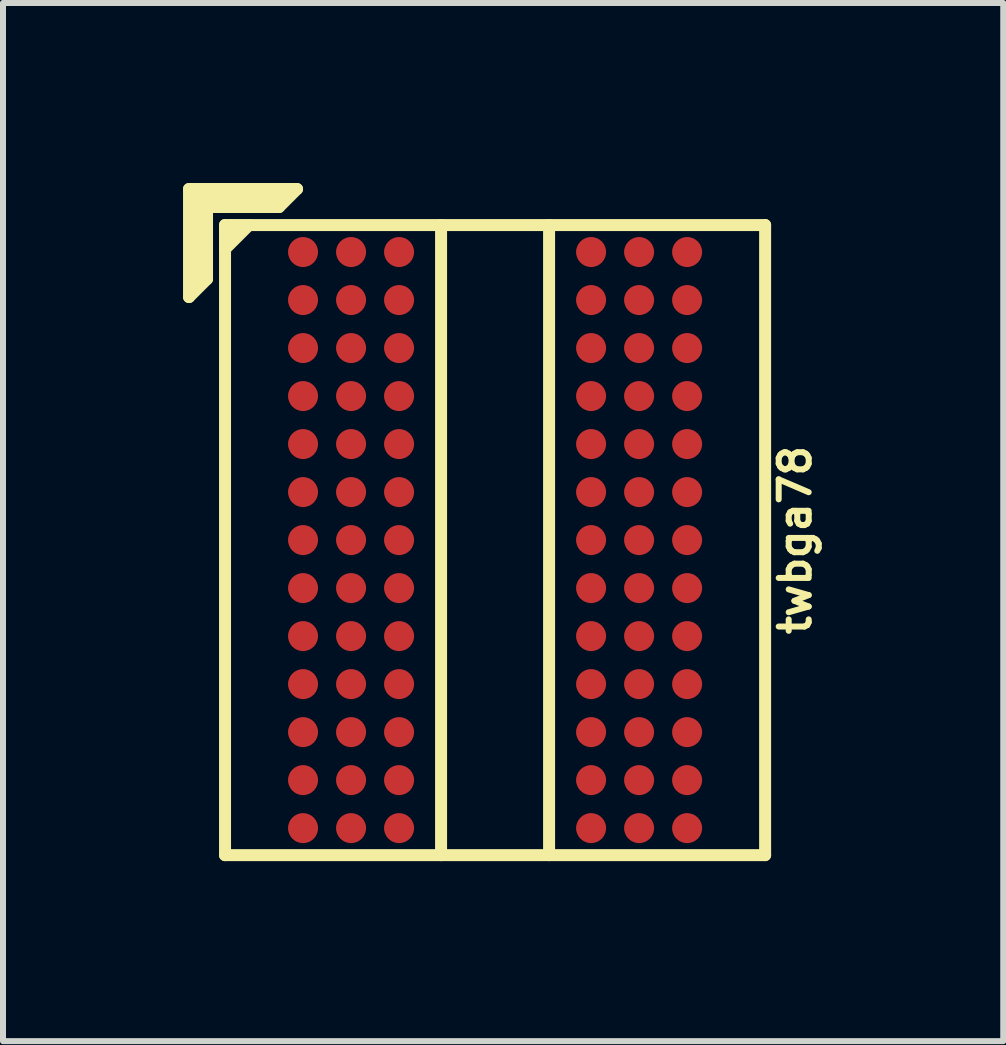
<source format=kicad_pcb>
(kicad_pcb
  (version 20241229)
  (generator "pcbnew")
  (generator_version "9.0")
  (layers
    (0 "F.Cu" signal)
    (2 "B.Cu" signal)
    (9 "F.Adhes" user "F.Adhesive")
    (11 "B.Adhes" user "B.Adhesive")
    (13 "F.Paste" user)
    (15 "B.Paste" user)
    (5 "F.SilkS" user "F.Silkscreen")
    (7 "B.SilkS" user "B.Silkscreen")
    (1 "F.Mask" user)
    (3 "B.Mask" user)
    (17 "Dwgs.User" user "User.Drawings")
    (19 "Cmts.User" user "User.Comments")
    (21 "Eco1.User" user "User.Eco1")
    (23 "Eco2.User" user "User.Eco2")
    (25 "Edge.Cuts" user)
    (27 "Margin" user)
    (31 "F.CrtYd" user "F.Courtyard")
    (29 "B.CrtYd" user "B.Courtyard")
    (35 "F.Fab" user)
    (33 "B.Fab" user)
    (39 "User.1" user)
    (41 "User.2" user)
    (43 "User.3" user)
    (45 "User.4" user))
  (footprint "twbga78"
    (layer "F.Cu")
    (at 5.2 5.95)
    (property "Reference" "twbga78" (at 5 0 90) (layer "F.SilkS") (effects (font (size 0.5 0.5) (thickness 0.1))))
    (attr through_hole)
    (fp_line (start -5.1 -5.85) (end -3.3 -5.85) (stroke (width 0.2) (type solid)) (layer "F.SilkS"))
    (fp_line (start -5.1 -4.05) (end -5.1 -5.85) (stroke (width 0.2) (type solid)) (layer "F.SilkS"))
    (fp_line (start -5 -5.75) (end -3.5 -5.75) (stroke (width 0.2) (type solid)) (layer "F.SilkS"))
    (fp_line (start -5 -4.25) (end -5 -5.75) (stroke (width 0.2) (type solid)) (layer "F.SilkS"))
    (fp_line (start -4.9 -5.65) (end -4.9 -4.35) (stroke (width 0.2) (type solid)) (layer "F.SilkS"))
    (fp_line (start -4.8 -5.55) (end -3.6 -5.55) (stroke (width 0.2) (type solid)) (layer "F.SilkS"))
    (fp_line (start -4.8 -4.35) (end -5.1 -4.05) (stroke (width 0.2) (type solid)) (layer "F.SilkS"))
    (fp_line (start -4.8 -4.35) (end -4.8 -5.55) (stroke (width 0.2) (type solid)) (layer "F.SilkS"))
    (fp_line (start -4.5 -5.25) (end 4.5 -5.25) (stroke (width 0.2) (type solid)) (layer "F.SilkS"))
    (fp_line (start -4.5 -5.15) (end -4.4 -5.25) (stroke (width 0.2) (type solid)) (layer "F.SilkS"))
    (fp_line (start -4.5 -4.85) (end -4.1 -5.25) (stroke (width 0.2) (type solid)) (layer "F.SilkS"))
    (fp_line (start -4.5 5.25) (end -4.5 -5.25) (stroke (width 0.2) (type solid)) (layer "F.SilkS"))
    (fp_line (start -4.3 -5.25) (end -4.5 -5.05) (stroke (width 0.2) (type solid)) (layer "F.SilkS"))
    (fp_line (start -4.2 -5.25) (end -4.5 -4.95) (stroke (width 0.2) (type solid)) (layer "F.SilkS"))
    (fp_line (start -3.6 -5.65) (end -4.9 -5.65) (stroke (width 0.2) (type solid)) (layer "F.SilkS"))
    (fp_line (start -3.3 -5.85) (end -3.6 -5.55) (stroke (width 0.2) (type solid)) (layer "F.SilkS"))
    (fp_line (start -0.9 -5.25) (end -0.9 5.25) (stroke (width 0.2) (type solid)) (layer "F.SilkS"))
    (fp_line (start 0.9 5.25) (end 0.9 -5.25) (stroke (width 0.2) (type solid)) (layer "F.SilkS"))
    (fp_line (start 4.5 -5.25) (end 4.5 5.25) (stroke (width 0.2) (type solid)) (layer "F.SilkS"))
    (fp_line (start 4.5 5.25) (end -4.5 5.25) (stroke (width 0.2) (type solid)) (layer "F.SilkS"))
    (pad "A1" smd circle (at -3.2 -4.8) (size 0.5 0.5) (layers "F.Cu" "F.Mask" "F.Paste"))
    (pad "A2" smd circle (at -2.4 -4.8) (size 0.5 0.5) (layers "F.Cu" "F.Mask" "F.Paste"))
    (pad "A3" smd circle (at -1.6 -4.8) (size 0.5 0.5) (layers "F.Cu" "F.Mask" "F.Paste"))
    (pad "A7" smd circle (at 1.6 -4.8) (size 0.5 0.5) (layers "F.Cu" "F.Mask" "F.Paste"))
    (pad "A8" smd circle (at 2.4 -4.8) (size 0.5 0.5) (layers "F.Cu" "F.Mask" "F.Paste"))
    (pad "A9" smd circle (at 3.2 -4.8) (size 0.5 0.5) (layers "F.Cu" "F.Mask" "F.Paste"))
    (pad "B1" smd circle (at -3.2 -4) (size 0.5 0.5) (layers "F.Cu" "F.Mask" "F.Paste"))
    (pad "B2" smd circle (at -2.4 -4) (size 0.5 0.5) (layers "F.Cu" "F.Mask" "F.Paste"))
    (pad "B3" smd circle (at -1.6 -4) (size 0.5 0.5) (layers "F.Cu" "F.Mask" "F.Paste"))
    (pad "B7" smd circle (at 1.6 -4) (size 0.5 0.5) (layers "F.Cu" "F.Mask" "F.Paste"))
    (pad "B8" smd circle (at 2.4 -4) (size 0.5 0.5) (layers "F.Cu" "F.Mask" "F.Paste"))
    (pad "B9" smd circle (at 3.2 -4) (size 0.5 0.5) (layers "F.Cu" "F.Mask" "F.Paste"))
    (pad "C1" smd circle (at -3.2 -3.2) (size 0.5 0.5) (layers "F.Cu" "F.Mask" "F.Paste"))
    (pad "C2" smd circle (at -2.4 -3.2) (size 0.5 0.5) (layers "F.Cu" "F.Mask" "F.Paste"))
    (pad "C3" smd circle (at -1.6 -3.2) (size 0.5 0.5) (layers "F.Cu" "F.Mask" "F.Paste"))
    (pad "C7" smd circle (at 1.6 -3.2) (size 0.5 0.5) (layers "F.Cu" "F.Mask" "F.Paste"))
    (pad "C8" smd circle (at 2.4 -3.2) (size 0.5 0.5) (layers "F.Cu" "F.Mask" "F.Paste"))
    (pad "C9" smd circle (at 3.2 -3.2) (size 0.5 0.5) (layers "F.Cu" "F.Mask" "F.Paste"))
    (pad "D1" smd circle (at -3.2 -2.4) (size 0.5 0.5) (layers "F.Cu" "F.Mask" "F.Paste"))
    (pad "D2" smd circle (at -2.4 -2.4) (size 0.5 0.5) (layers "F.Cu" "F.Mask" "F.Paste"))
    (pad "D3" smd circle (at -1.6 -2.4) (size 0.5 0.5) (layers "F.Cu" "F.Mask" "F.Paste"))
    (pad "D7" smd circle (at 1.6 -2.4) (size 0.5 0.5) (layers "F.Cu" "F.Mask" "F.Paste"))
    (pad "D8" smd circle (at 2.4 -2.4) (size 0.5 0.5) (layers "F.Cu" "F.Mask" "F.Paste"))
    (pad "D9" smd circle (at 3.2 -2.4) (size 0.5 0.5) (layers "F.Cu" "F.Mask" "F.Paste"))
    (pad "E1" smd circle (at -3.2 -1.6) (size 0.5 0.5) (layers "F.Cu" "F.Mask" "F.Paste"))
    (pad "E2" smd circle (at -2.4 -1.6) (size 0.5 0.5) (layers "F.Cu" "F.Mask" "F.Paste"))
    (pad "E3" smd circle (at -1.6 -1.6) (size 0.5 0.5) (layers "F.Cu" "F.Mask" "F.Paste"))
    (pad "E7" smd circle (at 1.6 -1.6) (size 0.5 0.5) (layers "F.Cu" "F.Mask" "F.Paste"))
    (pad "E8" smd circle (at 2.4 -1.6) (size 0.5 0.5) (layers "F.Cu" "F.Mask" "F.Paste"))
    (pad "E9" smd circle (at 3.2 -1.6) (size 0.5 0.5) (layers "F.Cu" "F.Mask" "F.Paste"))
    (pad "F1" smd circle (at -3.2 -0.8) (size 0.5 0.5) (layers "F.Cu" "F.Mask" "F.Paste"))
    (pad "F2" smd circle (at -2.4 -0.8) (size 0.5 0.5) (layers "F.Cu" "F.Mask" "F.Paste"))
    (pad "F3" smd circle (at -1.6 -0.8) (size 0.5 0.5) (layers "F.Cu" "F.Mask" "F.Paste"))
    (pad "F7" smd circle (at 1.6 -0.8) (size 0.5 0.5) (layers "F.Cu" "F.Mask" "F.Paste"))
    (pad "F8" smd circle (at 2.4 -0.8) (size 0.5 0.5) (layers "F.Cu" "F.Mask" "F.Paste"))
    (pad "F9" smd circle (at 3.2 -0.8) (size 0.5 0.5) (layers "F.Cu" "F.Mask" "F.Paste"))
    (pad "G1" smd circle (at -3.2 0) (size 0.5 0.5) (layers "F.Cu" "F.Mask" "F.Paste"))
    (pad "G2" smd circle (at -2.4 0) (size 0.5 0.5) (layers "F.Cu" "F.Mask" "F.Paste"))
    (pad "G3" smd circle (at -1.6 0) (size 0.5 0.5) (layers "F.Cu" "F.Mask" "F.Paste"))
    (pad "G7" smd circle (at 1.6 0) (size 0.5 0.5) (layers "F.Cu" "F.Mask" "F.Paste"))
    (pad "G8" smd circle (at 2.4 0) (size 0.5 0.5) (layers "F.Cu" "F.Mask" "F.Paste"))
    (pad "G9" smd circle (at 3.2 0) (size 0.5 0.5) (layers "F.Cu" "F.Mask" "F.Paste"))
    (pad "H1" smd circle (at -3.2 0.8) (size 0.5 0.5) (layers "F.Cu" "F.Mask" "F.Paste"))
    (pad "H2" smd circle (at -2.4 0.8) (size 0.5 0.5) (layers "F.Cu" "F.Mask" "F.Paste"))
    (pad "H3" smd circle (at -1.6 0.8) (size 0.5 0.5) (layers "F.Cu" "F.Mask" "F.Paste"))
    (pad "H7" smd circle (at 1.6 0.8) (size 0.5 0.5) (layers "F.Cu" "F.Mask" "F.Paste"))
    (pad "H8" smd circle (at 2.4 0.8) (size 0.5 0.5) (layers "F.Cu" "F.Mask" "F.Paste"))
    (pad "H9" smd circle (at 3.2 0.8) (size 0.5 0.5) (layers "F.Cu" "F.Mask" "F.Paste"))
    (pad "J1" smd circle (at -3.2 1.6) (size 0.5 0.5) (layers "F.Cu" "F.Mask" "F.Paste"))
    (pad "J2" smd circle (at -2.4 1.6) (size 0.5 0.5) (layers "F.Cu" "F.Mask" "F.Paste"))
    (pad "J3" smd circle (at -1.6 1.6) (size 0.5 0.5) (layers "F.Cu" "F.Mask" "F.Paste"))
    (pad "J7" smd circle (at 1.6 1.6) (size 0.5 0.5) (layers "F.Cu" "F.Mask" "F.Paste"))
    (pad "J8" smd circle (at 2.4 1.6) (size 0.5 0.5) (layers "F.Cu" "F.Mask" "F.Paste"))
    (pad "J9" smd circle (at 3.2 1.6) (size 0.5 0.5) (layers "F.Cu" "F.Mask" "F.Paste"))
    (pad "K1" smd circle (at -3.2 2.4) (size 0.5 0.5) (layers "F.Cu" "F.Mask" "F.Paste"))
    (pad "K2" smd circle (at -2.4 2.4) (size 0.5 0.5) (layers "F.Cu" "F.Mask" "F.Paste"))
    (pad "K3" smd circle (at -1.6 2.4) (size 0.5 0.5) (layers "F.Cu" "F.Mask" "F.Paste"))
    (pad "K7" smd circle (at 1.6 2.4) (size 0.5 0.5) (layers "F.Cu" "F.Mask" "F.Paste"))
    (pad "K8" smd circle (at 2.4 2.4) (size 0.5 0.5) (layers "F.Cu" "F.Mask" "F.Paste"))
    (pad "K9" smd circle (at 3.2 2.4) (size 0.5 0.5) (layers "F.Cu" "F.Mask" "F.Paste"))
    (pad "L1" smd circle (at -3.2 3.2) (size 0.5 0.5) (layers "F.Cu" "F.Mask" "F.Paste"))
    (pad "L2" smd circle (at -2.4 3.2) (size 0.5 0.5) (layers "F.Cu" "F.Mask" "F.Paste"))
    (pad "L3" smd circle (at -1.6 3.2) (size 0.5 0.5) (layers "F.Cu" "F.Mask" "F.Paste"))
    (pad "L7" smd circle (at 1.6 3.2) (size 0.5 0.5) (layers "F.Cu" "F.Mask" "F.Paste"))
    (pad "L8" smd circle (at 2.4 3.2) (size 0.5 0.5) (layers "F.Cu" "F.Mask" "F.Paste"))
    (pad "L9" smd circle (at 3.2 3.2) (size 0.5 0.5) (layers "F.Cu" "F.Mask" "F.Paste"))
    (pad "M1" smd circle (at -3.2 4) (size 0.5 0.5) (layers "F.Cu" "F.Mask" "F.Paste"))
    (pad "M2" smd circle (at -2.4 4) (size 0.5 0.5) (layers "F.Cu" "F.Mask" "F.Paste"))
    (pad "M3" smd circle (at -1.6 4) (size 0.5 0.5) (layers "F.Cu" "F.Mask" "F.Paste"))
    (pad "M7" smd circle (at 1.6 4) (size 0.5 0.5) (layers "F.Cu" "F.Mask" "F.Paste"))
    (pad "M8" smd circle (at 2.4 4) (size 0.5 0.5) (layers "F.Cu" "F.Mask" "F.Paste"))
    (pad "M9" smd circle (at 3.2 4) (size 0.5 0.5) (layers "F.Cu" "F.Mask" "F.Paste"))
    (pad "N1" smd circle (at -3.2 4.8) (size 0.5 0.5) (layers "F.Cu" "F.Mask" "F.Paste"))
    (pad "N2" smd circle (at -2.4 4.8) (size 0.5 0.5) (layers "F.Cu" "F.Mask" "F.Paste"))
    (pad "N3" smd circle (at -1.6 4.8) (size 0.5 0.5) (layers "F.Cu" "F.Mask" "F.Paste"))
    (pad "N7" smd circle (at 1.6 4.8) (size 0.5 0.5) (layers "F.Cu" "F.Mask" "F.Paste"))
    (pad "N8" smd circle (at 2.4 4.8) (size 0.5 0.5) (layers "F.Cu" "F.Mask" "F.Paste"))
    (pad "N9" smd circle (at 3.2 4.8) (size 0.5 0.5) (layers "F.Cu" "F.Mask" "F.Paste")))
  (gr_rect
    (start -3 -3)
    (end 13.668 14.3)
    (stroke (width 0.1) (type default))
    (fill no)
    (layer "Edge.Cuts")))
</source>
